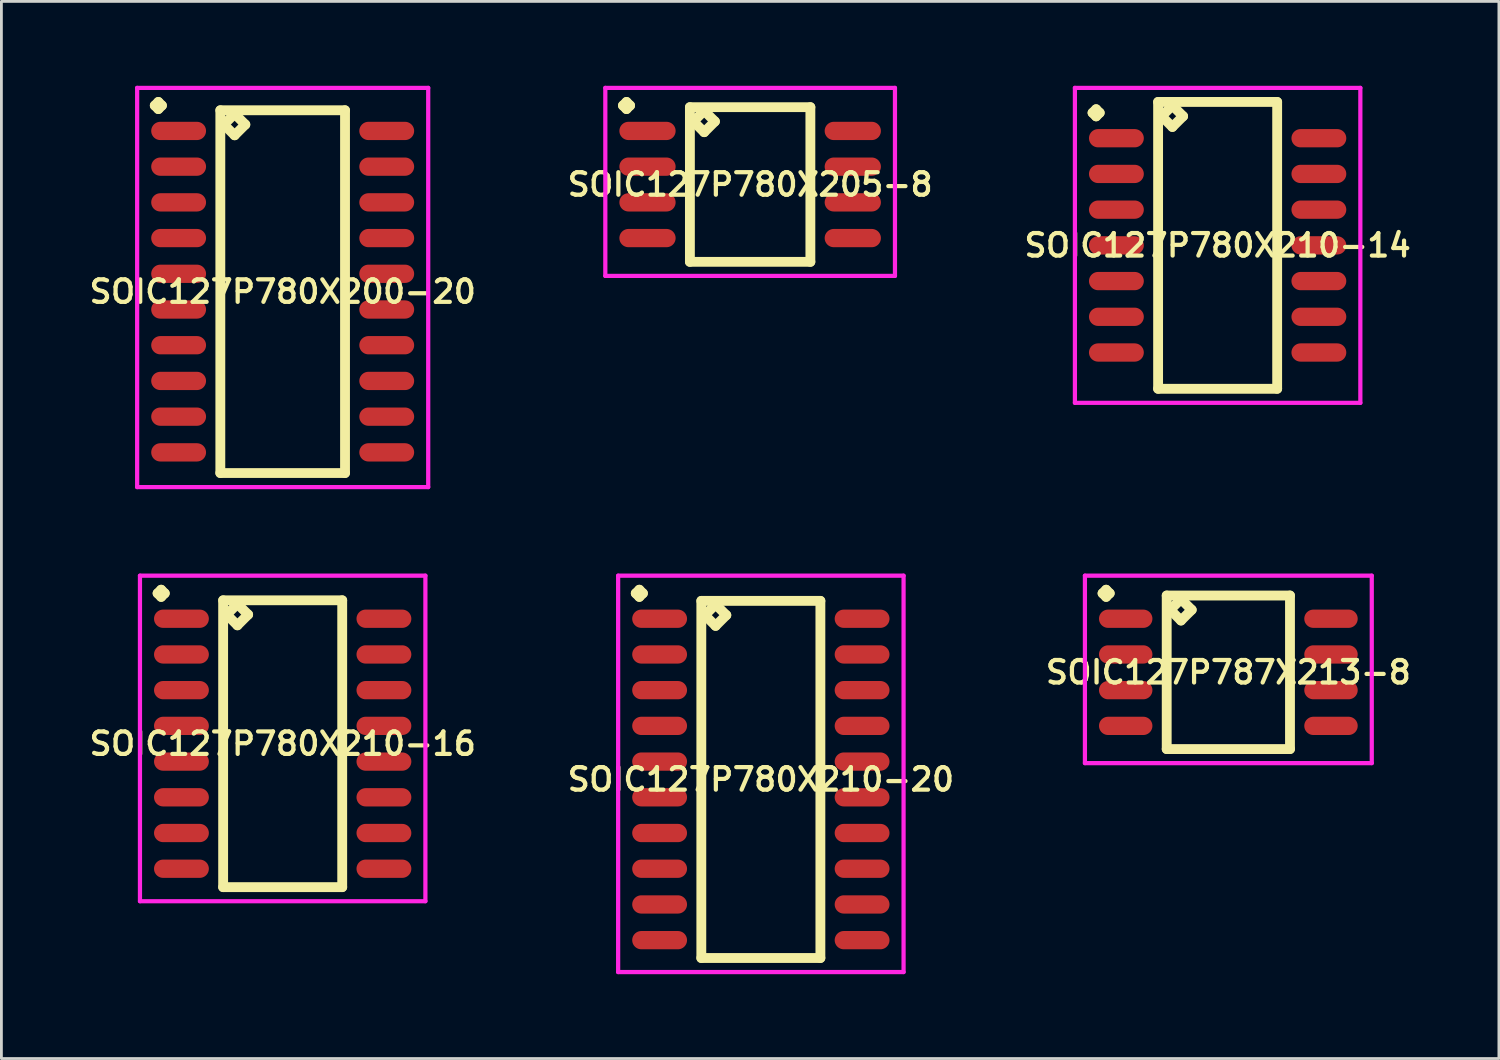
<source format=kicad_pcb>
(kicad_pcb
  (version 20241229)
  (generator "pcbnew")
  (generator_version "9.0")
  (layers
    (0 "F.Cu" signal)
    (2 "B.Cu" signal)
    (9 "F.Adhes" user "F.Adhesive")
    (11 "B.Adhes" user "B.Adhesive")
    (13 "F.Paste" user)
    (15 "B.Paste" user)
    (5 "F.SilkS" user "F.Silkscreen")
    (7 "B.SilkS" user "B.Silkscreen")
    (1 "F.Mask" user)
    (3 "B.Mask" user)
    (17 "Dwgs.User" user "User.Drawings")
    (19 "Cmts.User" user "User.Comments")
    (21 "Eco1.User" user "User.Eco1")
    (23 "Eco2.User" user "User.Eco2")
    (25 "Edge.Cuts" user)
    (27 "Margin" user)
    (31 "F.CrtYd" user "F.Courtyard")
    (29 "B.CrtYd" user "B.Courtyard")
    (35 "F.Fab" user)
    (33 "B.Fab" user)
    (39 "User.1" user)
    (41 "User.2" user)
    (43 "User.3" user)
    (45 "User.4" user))
  (footprint "SOIC127P780X210-20"
    (layer "F.Cu")
    (at 24.006 24.667)
    (property "Reference" "SOIC127P780X210-20" (at 0 0 0) (layer "F.SilkS") (effects (font (size 0.8 0.8) (thickness 0.15))))
    (attr smd)
    (fp_line (start -4.448 -6.619) (end -4.321 -6.746) (stroke (width 0.35) (type solid)) (layer "F.SilkS"))
    (fp_line (start -4.321 -6.746) (end -4.194 -6.619) (stroke (width 0.35) (type solid)) (layer "F.SilkS"))
    (fp_line (start -4.321 -6.492) (end -4.448 -6.619) (stroke (width 0.35) (type solid)) (layer "F.SilkS"))
    (fp_line (start -4.194 -6.619) (end -4.321 -6.492) (stroke (width 0.35) (type solid)) (layer "F.SilkS"))
    (fp_line (start -2.117 -6.35) (end -2.117 6.35) (stroke (width 0.35) (type solid)) (layer "F.SilkS"))
    (fp_line (start -2.117 6.35) (end 2.117 6.35) (stroke (width 0.35) (type solid)) (layer "F.SilkS"))
    (fp_line (start -1.99 -5.842) (end -1.609 -6.223) (stroke (width 0.35) (type solid)) (layer "F.SilkS"))
    (fp_line (start -1.609 -6.223) (end -1.228 -5.842) (stroke (width 0.35) (type solid)) (layer "F.SilkS"))
    (fp_line (start -1.609 -5.461) (end -1.99 -5.842) (stroke (width 0.35) (type solid)) (layer "F.SilkS"))
    (fp_line (start -1.228 -5.842) (end -1.609 -5.461) (stroke (width 0.35) (type solid)) (layer "F.SilkS"))
    (fp_line (start 2.117 -6.35) (end -2.117 -6.35) (stroke (width 0.35) (type solid)) (layer "F.SilkS"))
    (fp_line (start 2.117 6.35) (end 2.117 -6.35) (stroke (width 0.35) (type solid)) (layer "F.SilkS"))
    (fp_line (start -5.075 -7.246) (end 5.075 -7.246) (stroke (width 0.15) (type solid)) (layer "F.CrtYd"))
    (fp_line (start -5.075 6.85) (end -5.075 -7.246) (stroke (width 0.15) (type solid)) (layer "F.CrtYd"))
    (fp_line (start 5.075 -7.246) (end 5.075 6.85) (stroke (width 0.15) (type solid)) (layer "F.CrtYd"))
    (fp_line (start 5.075 6.85) (end -5.075 6.85) (stroke (width 0.15) (type solid)) (layer "F.CrtYd"))
    (pad "1" smd oval (at -3.6 -5.715) (size 1.95 0.65) (layers "F.Cu" "F.Mask" "F.Paste"))
    (pad "2" smd oval (at -3.6 -4.445) (size 1.95 0.65) (layers "F.Cu" "F.Mask" "F.Paste"))
    (pad "3" smd oval (at -3.6 -3.175) (size 1.95 0.65) (layers "F.Cu" "F.Mask" "F.Paste"))
    (pad "4" smd oval (at -3.6 -1.905) (size 1.95 0.65) (layers "F.Cu" "F.Mask" "F.Paste"))
    (pad "5" smd oval (at -3.6 -0.635) (size 1.95 0.65) (layers "F.Cu" "F.Mask" "F.Paste"))
    (pad "6" smd oval (at -3.6 0.635) (size 1.95 0.65) (layers "F.Cu" "F.Mask" "F.Paste"))
    (pad "7" smd oval (at -3.6 1.905) (size 1.95 0.65) (layers "F.Cu" "F.Mask" "F.Paste"))
    (pad "8" smd oval (at -3.6 3.175) (size 1.95 0.65) (layers "F.Cu" "F.Mask" "F.Paste"))
    (pad "9" smd oval (at -3.6 4.445) (size 1.95 0.65) (layers "F.Cu" "F.Mask" "F.Paste"))
    (pad "10" smd oval (at -3.6 5.715) (size 1.95 0.65) (layers "F.Cu" "F.Mask" "F.Paste"))
    (pad "11" smd oval (at 3.6 5.715) (size 1.95 0.65) (layers "F.Cu" "F.Mask" "F.Paste"))
    (pad "12" smd oval (at 3.6 4.445) (size 1.95 0.65) (layers "F.Cu" "F.Mask" "F.Paste"))
    (pad "13" smd oval (at 3.6 3.175) (size 1.95 0.65) (layers "F.Cu" "F.Mask" "F.Paste"))
    (pad "14" smd oval (at 3.6 1.905) (size 1.95 0.65) (layers "F.Cu" "F.Mask" "F.Paste"))
    (pad "15" smd oval (at 3.6 0.635) (size 1.95 0.65) (layers "F.Cu" "F.Mask" "F.Paste"))
    (pad "16" smd oval (at 3.6 -0.635) (size 1.95 0.65) (layers "F.Cu" "F.Mask" "F.Paste"))
    (pad "17" smd oval (at 3.6 -1.905) (size 1.95 0.65) (layers "F.Cu" "F.Mask" "F.Paste"))
    (pad "18" smd oval (at 3.6 -3.175) (size 1.95 0.65) (layers "F.Cu" "F.Mask" "F.Paste"))
    (pad "19" smd oval (at 3.6 -4.445) (size 1.95 0.65) (layers "F.Cu" "F.Mask" "F.Paste"))
    (pad "20" smd oval (at 3.6 -5.715) (size 1.95 0.65) (layers "F.Cu" "F.Mask" "F.Paste")))
  (footprint "SOIC127P780X205-8"
    (layer "F.Cu")
    (at 23.625 3.511)
    (property "Reference" "SOIC127P780X205-8" (at 0 0 0) (layer "F.SilkS") (effects (font (size 0.8 0.8) (thickness 0.15))))
    (attr smd)
    (fp_line (start -4.523 -2.809) (end -4.396 -2.936) (stroke (width 0.35) (type solid)) (layer "F.SilkS"))
    (fp_line (start -4.396 -2.936) (end -4.269 -2.809) (stroke (width 0.35) (type solid)) (layer "F.SilkS"))
    (fp_line (start -4.396 -2.682) (end -4.523 -2.809) (stroke (width 0.35) (type solid)) (layer "F.SilkS"))
    (fp_line (start -4.269 -2.809) (end -4.396 -2.682) (stroke (width 0.35) (type solid)) (layer "F.SilkS"))
    (fp_line (start -2.142 -2.75) (end -2.142 2.75) (stroke (width 0.35) (type solid)) (layer "F.SilkS"))
    (fp_line (start -2.142 2.75) (end 2.142 2.75) (stroke (width 0.35) (type solid)) (layer "F.SilkS"))
    (fp_line (start -2.015 -2.242) (end -1.634 -2.623) (stroke (width 0.35) (type solid)) (layer "F.SilkS"))
    (fp_line (start -1.634 -2.623) (end -1.253 -2.242) (stroke (width 0.35) (type solid)) (layer "F.SilkS"))
    (fp_line (start -1.634 -1.861) (end -2.015 -2.242) (stroke (width 0.35) (type solid)) (layer "F.SilkS"))
    (fp_line (start -1.253 -2.242) (end -1.634 -1.861) (stroke (width 0.35) (type solid)) (layer "F.SilkS"))
    (fp_line (start 2.142 -2.75) (end -2.142 -2.75) (stroke (width 0.35) (type solid)) (layer "F.SilkS"))
    (fp_line (start 2.142 2.75) (end 2.142 -2.75) (stroke (width 0.35) (type solid)) (layer "F.SilkS"))
    (fp_line (start -5.15 -3.436) (end 5.15 -3.436) (stroke (width 0.15) (type solid)) (layer "F.CrtYd"))
    (fp_line (start -5.15 3.25) (end -5.15 -3.436) (stroke (width 0.15) (type solid)) (layer "F.CrtYd"))
    (fp_line (start 5.15 -3.436) (end 5.15 3.25) (stroke (width 0.15) (type solid)) (layer "F.CrtYd"))
    (fp_line (start 5.15 3.25) (end -5.15 3.25) (stroke (width 0.15) (type solid)) (layer "F.CrtYd"))
    (pad "1" smd oval (at -3.65 -1.905) (size 2 0.65) (layers "F.Cu" "F.Mask" "F.Paste"))
    (pad "2" smd oval (at -3.65 -0.635) (size 2 0.65) (layers "F.Cu" "F.Mask" "F.Paste"))
    (pad "3" smd oval (at -3.65 0.635) (size 2 0.65) (layers "F.Cu" "F.Mask" "F.Paste"))
    (pad "4" smd oval (at -3.65 1.905) (size 2 0.65) (layers "F.Cu" "F.Mask" "F.Paste"))
    (pad "5" smd oval (at 3.65 1.905) (size 2 0.65) (layers "F.Cu" "F.Mask" "F.Paste"))
    (pad "6" smd oval (at 3.65 0.635) (size 2 0.65) (layers "F.Cu" "F.Mask" "F.Paste"))
    (pad "7" smd oval (at 3.65 -0.635) (size 2 0.65) (layers "F.Cu" "F.Mask" "F.Paste"))
    (pad "8" smd oval (at 3.65 -1.905) (size 2 0.65) (layers "F.Cu" "F.Mask" "F.Paste")))
  (footprint "SOIC127P780X210-14"
    (layer "F.Cu")
    (at 40.249 5.675)
    (property "Reference" "SOIC127P780X210-14" (at 0 0 0) (layer "F.SilkS") (effects (font (size 0.8 0.8) (thickness 0.15))))
    (attr smd)
    (fp_line (start -4.448 -4.714) (end -4.321 -4.841) (stroke (width 0.35) (type solid)) (layer "F.SilkS"))
    (fp_line (start -4.321 -4.841) (end -4.194 -4.714) (stroke (width 0.35) (type solid)) (layer "F.SilkS"))
    (fp_line (start -4.321 -4.587) (end -4.448 -4.714) (stroke (width 0.35) (type solid)) (layer "F.SilkS"))
    (fp_line (start -4.194 -4.714) (end -4.321 -4.587) (stroke (width 0.35) (type solid)) (layer "F.SilkS"))
    (fp_line (start -2.117 -5.1) (end -2.117 5.1) (stroke (width 0.35) (type solid)) (layer "F.SilkS"))
    (fp_line (start -2.117 5.1) (end 2.117 5.1) (stroke (width 0.35) (type solid)) (layer "F.SilkS"))
    (fp_line (start -1.99 -4.592) (end -1.609 -4.973) (stroke (width 0.35) (type solid)) (layer "F.SilkS"))
    (fp_line (start -1.609 -4.973) (end -1.228 -4.592) (stroke (width 0.35) (type solid)) (layer "F.SilkS"))
    (fp_line (start -1.609 -4.211) (end -1.99 -4.592) (stroke (width 0.35) (type solid)) (layer "F.SilkS"))
    (fp_line (start -1.228 -4.592) (end -1.609 -4.211) (stroke (width 0.35) (type solid)) (layer "F.SilkS"))
    (fp_line (start 2.117 -5.1) (end -2.117 -5.1) (stroke (width 0.35) (type solid)) (layer "F.SilkS"))
    (fp_line (start 2.117 5.1) (end 2.117 -5.1) (stroke (width 0.35) (type solid)) (layer "F.SilkS"))
    (fp_line (start -5.075 -5.6) (end 5.075 -5.6) (stroke (width 0.15) (type solid)) (layer "F.CrtYd"))
    (fp_line (start -5.075 5.6) (end -5.075 -5.6) (stroke (width 0.15) (type solid)) (layer "F.CrtYd"))
    (fp_line (start 5.075 -5.6) (end 5.075 5.6) (stroke (width 0.15) (type solid)) (layer "F.CrtYd"))
    (fp_line (start 5.075 5.6) (end -5.075 5.6) (stroke (width 0.15) (type solid)) (layer "F.CrtYd"))
    (pad "1" smd oval (at -3.6 -3.81) (size 1.95 0.65) (layers "F.Cu" "F.Mask" "F.Paste"))
    (pad "2" smd oval (at -3.6 -2.54) (size 1.95 0.65) (layers "F.Cu" "F.Mask" "F.Paste"))
    (pad "3" smd oval (at -3.6 -1.27) (size 1.95 0.65) (layers "F.Cu" "F.Mask" "F.Paste"))
    (pad "4" smd oval (at -3.6 0) (size 1.95 0.65) (layers "F.Cu" "F.Mask" "F.Paste"))
    (pad "5" smd oval (at -3.6 1.27) (size 1.95 0.65) (layers "F.Cu" "F.Mask" "F.Paste"))
    (pad "6" smd oval (at -3.6 2.54) (size 1.95 0.65) (layers "F.Cu" "F.Mask" "F.Paste"))
    (pad "7" smd oval (at -3.6 3.81) (size 1.95 0.65) (layers "F.Cu" "F.Mask" "F.Paste"))
    (pad "8" smd oval (at 3.6 3.81) (size 1.95 0.65) (layers "F.Cu" "F.Mask" "F.Paste"))
    (pad "9" smd oval (at 3.6 2.54) (size 1.95 0.65) (layers "F.Cu" "F.Mask" "F.Paste"))
    (pad "10" smd oval (at 3.6 1.27) (size 1.95 0.65) (layers "F.Cu" "F.Mask" "F.Paste"))
    (pad "11" smd oval (at 3.6 0) (size 1.95 0.65) (layers "F.Cu" "F.Mask" "F.Paste"))
    (pad "12" smd oval (at 3.6 -1.27) (size 1.95 0.65) (layers "F.Cu" "F.Mask" "F.Paste"))
    (pad "13" smd oval (at 3.6 -2.54) (size 1.95 0.65) (layers "F.Cu" "F.Mask" "F.Paste"))
    (pad "14" smd oval (at 3.6 -3.81) (size 1.95 0.65) (layers "F.Cu" "F.Mask" "F.Paste")))
  (footprint "SOIC127P787X213-8"
    (layer "F.Cu")
    (at 40.63 20.857)
    (property "Reference" "SOIC127P787X213-8" (at 0 0 0) (layer "F.SilkS") (effects (font (size 0.8 0.8) (thickness 0.15))))
    (attr smd)
    (fp_line (start -4.473 -2.809) (end -4.346 -2.936) (stroke (width 0.35) (type solid)) (layer "F.SilkS"))
    (fp_line (start -4.346 -2.936) (end -4.219 -2.809) (stroke (width 0.35) (type solid)) (layer "F.SilkS"))
    (fp_line (start -4.346 -2.682) (end -4.473 -2.809) (stroke (width 0.35) (type solid)) (layer "F.SilkS"))
    (fp_line (start -4.219 -2.809) (end -4.346 -2.682) (stroke (width 0.35) (type solid)) (layer "F.SilkS"))
    (fp_line (start -2.192 -2.73) (end -2.192 2.73) (stroke (width 0.35) (type solid)) (layer "F.SilkS"))
    (fp_line (start -2.192 2.73) (end 2.192 2.73) (stroke (width 0.35) (type solid)) (layer "F.SilkS"))
    (fp_line (start -2.065 -2.222) (end -1.684 -2.603) (stroke (width 0.35) (type solid)) (layer "F.SilkS"))
    (fp_line (start -1.684 -2.603) (end -1.303 -2.222) (stroke (width 0.35) (type solid)) (layer "F.SilkS"))
    (fp_line (start -1.684 -1.841) (end -2.065 -2.222) (stroke (width 0.35) (type solid)) (layer "F.SilkS"))
    (fp_line (start -1.303 -2.222) (end -1.684 -1.841) (stroke (width 0.35) (type solid)) (layer "F.SilkS"))
    (fp_line (start 2.192 -2.73) (end -2.192 -2.73) (stroke (width 0.35) (type solid)) (layer "F.SilkS"))
    (fp_line (start 2.192 2.73) (end 2.192 -2.73) (stroke (width 0.35) (type solid)) (layer "F.SilkS"))
    (fp_line (start -5.1 -3.436) (end 5.1 -3.436) (stroke (width 0.15) (type solid)) (layer "F.CrtYd"))
    (fp_line (start -5.1 3.23) (end -5.1 -3.436) (stroke (width 0.15) (type solid)) (layer "F.CrtYd"))
    (fp_line (start 5.1 -3.436) (end 5.1 3.23) (stroke (width 0.15) (type solid)) (layer "F.CrtYd"))
    (fp_line (start 5.1 3.23) (end -5.1 3.23) (stroke (width 0.15) (type solid)) (layer "F.CrtYd"))
    (pad "1" smd oval (at -3.65 -1.905) (size 1.9 0.65) (layers "F.Cu" "F.Mask" "F.Paste"))
    (pad "2" smd oval (at -3.65 -0.635) (size 1.9 0.65) (layers "F.Cu" "F.Mask" "F.Paste"))
    (pad "3" smd oval (at -3.65 0.635) (size 1.9 0.65) (layers "F.Cu" "F.Mask" "F.Paste"))
    (pad "4" smd oval (at -3.65 1.905) (size 1.9 0.65) (layers "F.Cu" "F.Mask" "F.Paste"))
    (pad "5" smd oval (at 3.65 1.905) (size 1.9 0.65) (layers "F.Cu" "F.Mask" "F.Paste"))
    (pad "6" smd oval (at 3.65 0.635) (size 1.9 0.65) (layers "F.Cu" "F.Mask" "F.Paste"))
    (pad "7" smd oval (at 3.65 -0.635) (size 1.9 0.65) (layers "F.Cu" "F.Mask" "F.Paste"))
    (pad "8" smd oval (at 3.65 -1.905) (size 1.9 0.65) (layers "F.Cu" "F.Mask" "F.Paste")))
  (footprint "SOIC127P780X210-16"
    (layer "F.Cu")
    (at 7.002 23.397)
    (property "Reference" "SOIC127P780X210-16" (at 0 0 0) (layer "F.SilkS") (effects (font (size 0.8 0.8) (thickness 0.15))))
    (attr smd)
    (fp_line (start -4.448 -5.349) (end -4.321 -5.476) (stroke (width 0.35) (type solid)) (layer "F.SilkS"))
    (fp_line (start -4.321 -5.476) (end -4.194 -5.349) (stroke (width 0.35) (type solid)) (layer "F.SilkS"))
    (fp_line (start -4.321 -5.222) (end -4.448 -5.349) (stroke (width 0.35) (type solid)) (layer "F.SilkS"))
    (fp_line (start -4.194 -5.349) (end -4.321 -5.222) (stroke (width 0.35) (type solid)) (layer "F.SilkS"))
    (fp_line (start -2.117 -5.1) (end -2.117 5.1) (stroke (width 0.35) (type solid)) (layer "F.SilkS"))
    (fp_line (start -2.117 5.1) (end 2.117 5.1) (stroke (width 0.35) (type solid)) (layer "F.SilkS"))
    (fp_line (start -1.99 -4.592) (end -1.609 -4.973) (stroke (width 0.35) (type solid)) (layer "F.SilkS"))
    (fp_line (start -1.609 -4.973) (end -1.228 -4.592) (stroke (width 0.35) (type solid)) (layer "F.SilkS"))
    (fp_line (start -1.609 -4.211) (end -1.99 -4.592) (stroke (width 0.35) (type solid)) (layer "F.SilkS"))
    (fp_line (start -1.228 -4.592) (end -1.609 -4.211) (stroke (width 0.35) (type solid)) (layer "F.SilkS"))
    (fp_line (start 2.117 -5.1) (end -2.117 -5.1) (stroke (width 0.35) (type solid)) (layer "F.SilkS"))
    (fp_line (start 2.117 5.1) (end 2.117 -5.1) (stroke (width 0.35) (type solid)) (layer "F.SilkS"))
    (fp_line (start -5.075 -5.976) (end 5.075 -5.976) (stroke (width 0.15) (type solid)) (layer "F.CrtYd"))
    (fp_line (start -5.075 5.6) (end -5.075 -5.976) (stroke (width 0.15) (type solid)) (layer "F.CrtYd"))
    (fp_line (start 5.075 -5.976) (end 5.075 5.6) (stroke (width 0.15) (type solid)) (layer "F.CrtYd"))
    (fp_line (start 5.075 5.6) (end -5.075 5.6) (stroke (width 0.15) (type solid)) (layer "F.CrtYd"))
    (pad "1" smd oval (at -3.6 -4.445) (size 1.95 0.65) (layers "F.Cu" "F.Mask" "F.Paste"))
    (pad "2" smd oval (at -3.6 -3.175) (size 1.95 0.65) (layers "F.Cu" "F.Mask" "F.Paste"))
    (pad "3" smd oval (at -3.6 -1.905) (size 1.95 0.65) (layers "F.Cu" "F.Mask" "F.Paste"))
    (pad "4" smd oval (at -3.6 -0.635) (size 1.95 0.65) (layers "F.Cu" "F.Mask" "F.Paste"))
    (pad "5" smd oval (at -3.6 0.635) (size 1.95 0.65) (layers "F.Cu" "F.Mask" "F.Paste"))
    (pad "6" smd oval (at -3.6 1.905) (size 1.95 0.65) (layers "F.Cu" "F.Mask" "F.Paste"))
    (pad "7" smd oval (at -3.6 3.175) (size 1.95 0.65) (layers "F.Cu" "F.Mask" "F.Paste"))
    (pad "8" smd oval (at -3.6 4.445) (size 1.95 0.65) (layers "F.Cu" "F.Mask" "F.Paste"))
    (pad "9" smd oval (at 3.6 4.445) (size 1.95 0.65) (layers "F.Cu" "F.Mask" "F.Paste"))
    (pad "10" smd oval (at 3.6 3.175) (size 1.95 0.65) (layers "F.Cu" "F.Mask" "F.Paste"))
    (pad "11" smd oval (at 3.6 1.905) (size 1.95 0.65) (layers "F.Cu" "F.Mask" "F.Paste"))
    (pad "12" smd oval (at 3.6 0.635) (size 1.95 0.65) (layers "F.Cu" "F.Mask" "F.Paste"))
    (pad "13" smd oval (at 3.6 -0.635) (size 1.95 0.65) (layers "F.Cu" "F.Mask" "F.Paste"))
    (pad "14" smd oval (at 3.6 -1.905) (size 1.95 0.65) (layers "F.Cu" "F.Mask" "F.Paste"))
    (pad "15" smd oval (at 3.6 -3.175) (size 1.95 0.65) (layers "F.Cu" "F.Mask" "F.Paste"))
    (pad "16" smd oval (at 3.6 -4.445) (size 1.95 0.65) (layers "F.Cu" "F.Mask" "F.Paste")))
  (footprint "SOIC127P780X200-20"
    (layer "F.Cu")
    (at 7.002 7.321)
    (property "Reference" "SOIC127P780X200-20" (at 0 0 0) (layer "F.SilkS") (effects (font (size 0.8 0.8) (thickness 0.15))))
    (attr smd)
    (fp_line (start -4.548 -6.619) (end -4.421 -6.746) (stroke (width 0.35) (type solid)) (layer "F.SilkS"))
    (fp_line (start -4.421 -6.746) (end -4.294 -6.619) (stroke (width 0.35) (type solid)) (layer "F.SilkS"))
    (fp_line (start -4.421 -6.492) (end -4.548 -6.619) (stroke (width 0.35) (type solid)) (layer "F.SilkS"))
    (fp_line (start -4.294 -6.619) (end -4.421 -6.492) (stroke (width 0.35) (type solid)) (layer "F.SilkS"))
    (fp_line (start -2.217 -6.45) (end -2.217 6.45) (stroke (width 0.35) (type solid)) (layer "F.SilkS"))
    (fp_line (start -2.217 6.45) (end 2.217 6.45) (stroke (width 0.35) (type solid)) (layer "F.SilkS"))
    (fp_line (start -2.09 -5.942) (end -1.709 -6.323) (stroke (width 0.35) (type solid)) (layer "F.SilkS"))
    (fp_line (start -1.709 -6.323) (end -1.328 -5.942) (stroke (width 0.35) (type solid)) (layer "F.SilkS"))
    (fp_line (start -1.709 -5.561) (end -2.09 -5.942) (stroke (width 0.35) (type solid)) (layer "F.SilkS"))
    (fp_line (start -1.328 -5.942) (end -1.709 -5.561) (stroke (width 0.35) (type solid)) (layer "F.SilkS"))
    (fp_line (start 2.217 -6.45) (end -2.217 -6.45) (stroke (width 0.35) (type solid)) (layer "F.SilkS"))
    (fp_line (start 2.217 6.45) (end 2.217 -6.45) (stroke (width 0.35) (type solid)) (layer "F.SilkS"))
    (fp_line (start -5.175 -7.246) (end 5.175 -7.246) (stroke (width 0.15) (type solid)) (layer "F.CrtYd"))
    (fp_line (start -5.175 6.95) (end -5.175 -7.246) (stroke (width 0.15) (type solid)) (layer "F.CrtYd"))
    (fp_line (start 5.175 -7.246) (end 5.175 6.95) (stroke (width 0.15) (type solid)) (layer "F.CrtYd"))
    (fp_line (start 5.175 6.95) (end -5.175 6.95) (stroke (width 0.15) (type solid)) (layer "F.CrtYd"))
    (pad "1" smd oval (at -3.7 -5.715) (size 1.95 0.65) (layers "F.Cu" "F.Mask" "F.Paste"))
    (pad "2" smd oval (at -3.7 -4.445) (size 1.95 0.65) (layers "F.Cu" "F.Mask" "F.Paste"))
    (pad "3" smd oval (at -3.7 -3.175) (size 1.95 0.65) (layers "F.Cu" "F.Mask" "F.Paste"))
    (pad "4" smd oval (at -3.7 -1.905) (size 1.95 0.65) (layers "F.Cu" "F.Mask" "F.Paste"))
    (pad "5" smd oval (at -3.7 -0.635) (size 1.95 0.65) (layers "F.Cu" "F.Mask" "F.Paste"))
    (pad "6" smd oval (at -3.7 0.635) (size 1.95 0.65) (layers "F.Cu" "F.Mask" "F.Paste"))
    (pad "7" smd oval (at -3.7 1.905) (size 1.95 0.65) (layers "F.Cu" "F.Mask" "F.Paste"))
    (pad "8" smd oval (at -3.7 3.175) (size 1.95 0.65) (layers "F.Cu" "F.Mask" "F.Paste"))
    (pad "9" smd oval (at -3.7 4.445) (size 1.95 0.65) (layers "F.Cu" "F.Mask" "F.Paste"))
    (pad "10" smd oval (at -3.7 5.715) (size 1.95 0.65) (layers "F.Cu" "F.Mask" "F.Paste"))
    (pad "11" smd oval (at 3.7 5.715) (size 1.95 0.65) (layers "F.Cu" "F.Mask" "F.Paste"))
    (pad "12" smd oval (at 3.7 4.445) (size 1.95 0.65) (layers "F.Cu" "F.Mask" "F.Paste"))
    (pad "13" smd oval (at 3.7 3.175) (size 1.95 0.65) (layers "F.Cu" "F.Mask" "F.Paste"))
    (pad "14" smd oval (at 3.7 1.905) (size 1.95 0.65) (layers "F.Cu" "F.Mask" "F.Paste"))
    (pad "15" smd oval (at 3.7 0.635) (size 1.95 0.65) (layers "F.Cu" "F.Mask" "F.Paste"))
    (pad "16" smd oval (at 3.7 -0.635) (size 1.95 0.65) (layers "F.Cu" "F.Mask" "F.Paste"))
    (pad "17" smd oval (at 3.7 -1.905) (size 1.95 0.65) (layers "F.Cu" "F.Mask" "F.Paste"))
    (pad "18" smd oval (at 3.7 -3.175) (size 1.95 0.65) (layers "F.Cu" "F.Mask" "F.Paste"))
    (pad "19" smd oval (at 3.7 -4.445) (size 1.95 0.65) (layers "F.Cu" "F.Mask" "F.Paste"))
    (pad "20" smd oval (at 3.7 -5.715) (size 1.95 0.65) (layers "F.Cu" "F.Mask" "F.Paste")))
  (gr_rect
    (start -3 -3)
    (end 50.251 34.592)
    (stroke (width 0.1) (type default))
    (fill no)
    (layer "Edge.Cuts")))
</source>
